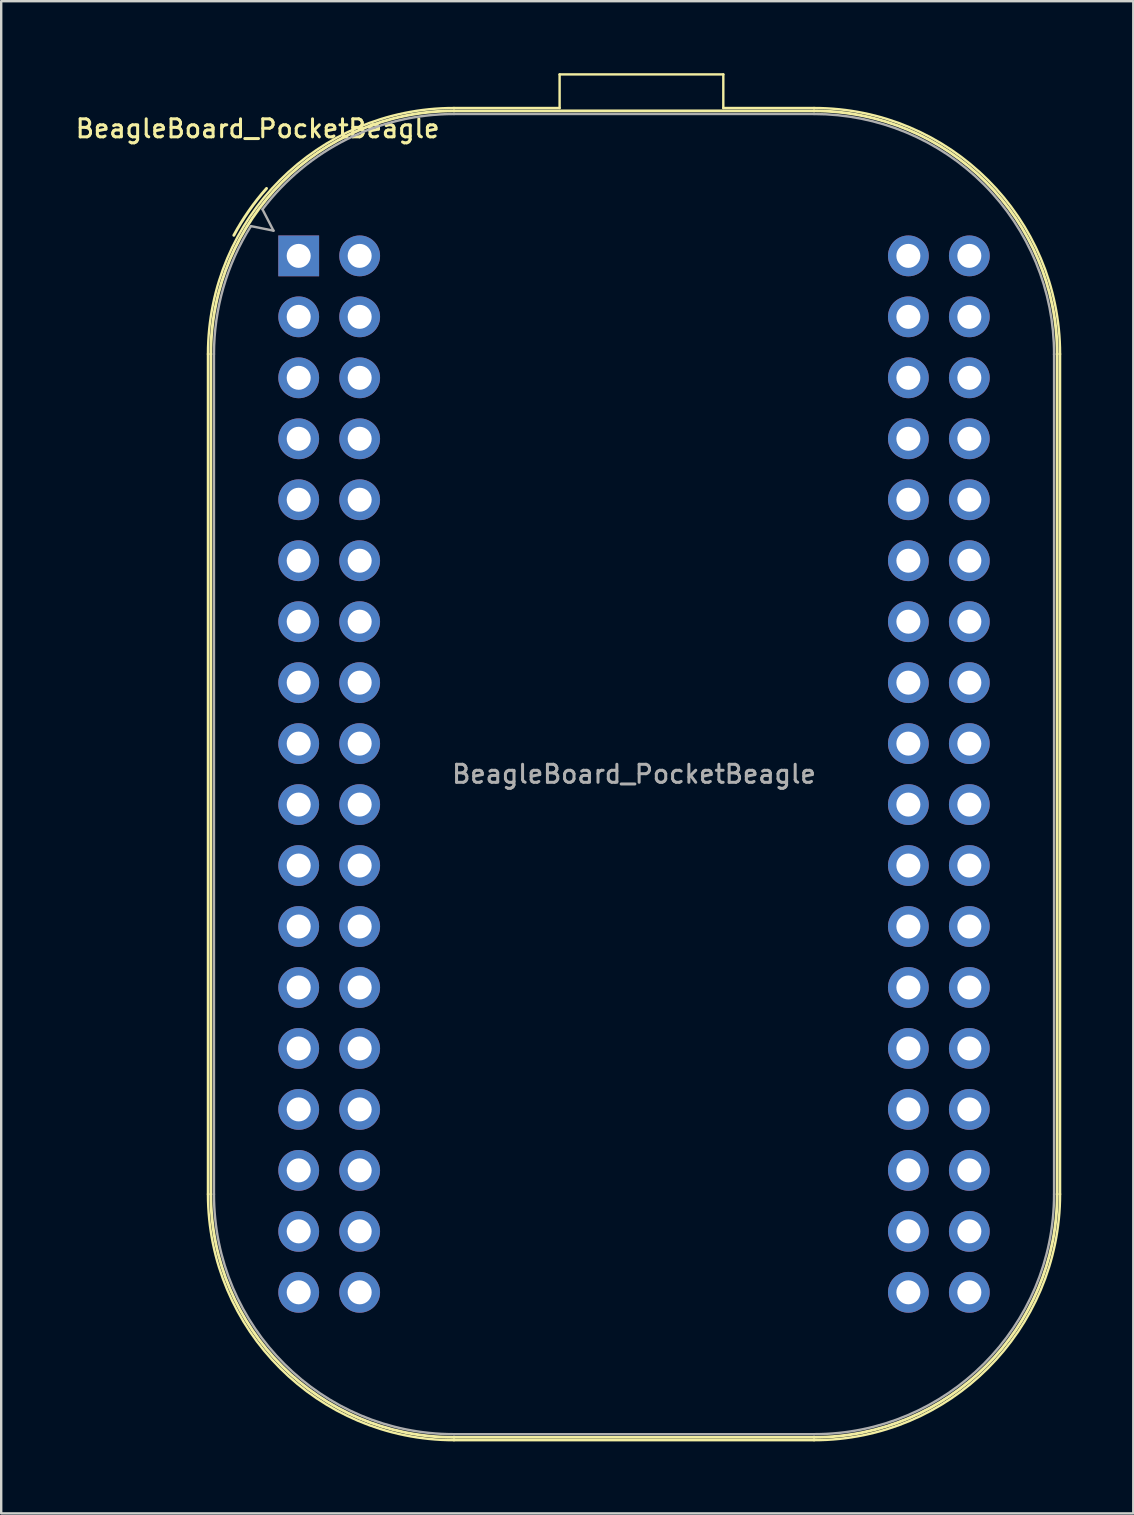
<source format=kicad_pcb>
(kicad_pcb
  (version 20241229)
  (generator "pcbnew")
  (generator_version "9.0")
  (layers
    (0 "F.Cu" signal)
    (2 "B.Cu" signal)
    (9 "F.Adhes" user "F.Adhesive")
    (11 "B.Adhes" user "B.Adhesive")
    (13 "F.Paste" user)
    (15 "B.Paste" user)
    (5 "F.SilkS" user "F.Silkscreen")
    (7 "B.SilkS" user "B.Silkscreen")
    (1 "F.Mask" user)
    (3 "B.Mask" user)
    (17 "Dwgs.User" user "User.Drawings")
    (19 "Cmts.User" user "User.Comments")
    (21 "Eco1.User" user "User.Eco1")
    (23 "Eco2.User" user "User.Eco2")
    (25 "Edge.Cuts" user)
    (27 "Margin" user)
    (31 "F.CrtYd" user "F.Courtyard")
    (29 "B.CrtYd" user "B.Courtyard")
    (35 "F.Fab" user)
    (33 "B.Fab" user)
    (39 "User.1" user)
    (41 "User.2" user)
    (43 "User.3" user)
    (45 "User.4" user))
  (footprint "BeagleBoard_PocketBeagle"
    (layer "F.Cu")
    (at 9.394 7.61)
    (property "Reference" "BeagleBoard_PocketBeagle" (at -1.71 -5.3 180) (layer "F.SilkS") (effects (font (size 0.75 0.75) (thickness 0.125))))
    (attr through_hole)
    (fp_line (start -3.78 4.09) (end -3.78 39.09) (stroke (width 0.1) (type solid)) (layer "F.SilkS"))
    (fp_line (start -3.66 39.09) (end -3.66 4.09) (stroke (width 0.12) (type solid)) (layer "F.SilkS"))
    (fp_line (start 6.47 -6.04) (end 21.47 -6.04) (stroke (width 0.12) (type solid)) (layer "F.SilkS"))
    (fp_line (start 6.47 49.22) (end 21.47 49.22) (stroke (width 0.12) (type solid)) (layer "F.SilkS"))
    (fp_line (start 6.47 49.34) (end 21.47 49.34) (stroke (width 0.1) (type solid)) (layer "F.SilkS"))
    (fp_line (start 10.87 -7.56) (end 17.69 -7.56) (stroke (width 0.1) (type solid)) (layer "F.SilkS"))
    (fp_line (start 10.87 -6.16) (end 6.47 -6.16) (stroke (width 0.1) (type solid)) (layer "F.SilkS"))
    (fp_line (start 10.87 -6.16) (end 10.87 -7.56) (stroke (width 0.1) (type solid)) (layer "F.SilkS"))
    (fp_line (start 17.69 -6.16) (end 17.69 -7.56) (stroke (width 0.1) (type solid)) (layer "F.SilkS"))
    (fp_line (start 21.47 -6.16) (end 17.69 -6.16) (stroke (width 0.1) (type solid)) (layer "F.SilkS"))
    (fp_line (start 31.6 4.09) (end 31.6 39.09) (stroke (width 0.12) (type solid)) (layer "F.SilkS"))
    (fp_line (start 31.72 4.09) (end 31.72 39.09) (stroke (width 0.1) (type solid)) (layer "F.SilkS"))
    (fp_arc (start -3.78 4.09) (mid -0.777845 -3.157845) (end 6.47 -6.16) (stroke (width 0.1) (type solid)) (layer "F.SilkS"))
    (fp_arc (start -3.66 4.09) (mid -0.692992 -3.072992) (end 6.47 -6.04) (stroke (width 0.12) (type solid)) (layer "F.SilkS"))
    (fp_arc (start -2.702916 -0.856081) (mid -2.077474 -1.872113) (end -1.34 -2.81) (stroke (width 0.12) (type solid)) (layer "F.SilkS"))
    (fp_arc (start 6.47 49.22) (mid -0.692992 46.252992) (end -3.66 39.09) (stroke (width 0.12) (type solid)) (layer "F.SilkS"))
    (fp_arc (start 6.47 49.34) (mid -0.777845 46.337845) (end -3.78 39.09) (stroke (width 0.1) (type solid)) (layer "F.SilkS"))
    (fp_arc (start 21.47 -6.16) (mid 28.717845 -3.157845) (end 31.72 4.09) (stroke (width 0.1) (type solid)) (layer "F.SilkS"))
    (fp_arc (start 21.47 -6.04) (mid 28.632992 -3.072992) (end 31.6 4.09) (stroke (width 0.12) (type solid)) (layer "F.SilkS"))
    (fp_arc (start 31.6 39.09) (mid 28.632992 46.252992) (end 21.47 49.22) (stroke (width 0.12) (type solid)) (layer "F.SilkS"))
    (fp_arc (start 31.72 39.09) (mid 28.717845 46.337845) (end 21.47 49.34) (stroke (width 0.1) (type solid)) (layer "F.SilkS"))
    (fp_line (start -3.53 4.09) (end -3.53 39.09) (stroke (width 0.1) (type solid)) (layer "F.Fab"))
    (fp_line (start -1.51 -1.94) (end -1.05 -1.05) (stroke (width 0.1) (type solid)) (layer "F.Fab"))
    (fp_line (start -1.05 -1.05) (end -1.99 -1.24) (stroke (width 0.1) (type solid)) (layer "F.Fab"))
    (fp_line (start 6.47 -5.91) (end 21.47 -5.91) (stroke (width 0.1) (type solid)) (layer "F.Fab"))
    (fp_line (start 6.47 49.09) (end 21.47 49.09) (stroke (width 0.1) (type solid)) (layer "F.Fab"))
    (fp_line (start 31.47 4.09) (end 31.47 39.09) (stroke (width 0.1) (type solid)) (layer "F.Fab"))
    (fp_arc (start -3.529025 4.09) (mid -3.136567 1.316126) (end -1.99 -1.24) (stroke (width 0.1) (type solid)) (layer "F.Fab"))
    (fp_arc (start -1.505888 -1.942016) (mid 2.015797 -4.863216) (end 6.47 -5.91) (stroke (width 0.1) (type solid)) (layer "F.Fab"))
    (fp_arc (start 6.47 49.09) (mid -0.601068 46.161068) (end -3.53 39.09) (stroke (width 0.1) (type solid)) (layer "F.Fab"))
    (fp_arc (start 21.472547 -5.91002) (mid 28.549049 -2.973106) (end 31.47 4.11) (stroke (width 0.1) (type solid)) (layer "F.Fab"))
    (fp_arc (start 31.47 39.09) (mid 28.541068 46.161068) (end 21.47 49.09) (stroke (width 0.1) (type solid)) (layer "F.Fab"))
    (fp_text user "${REFERENCE}" (at 13.97 21.59 180) (layer "F.Fab") (effects (font (size 0.75 0.75) (thickness 0.125))))
    (pad "1" thru_hole rect (at 0 0) (size 1.7 1.7) (drill 1) (layers "*.Cu" "*.Mask"))
    (pad "2" thru_hole oval (at 2.54 0) (size 1.7 1.7) (drill 1) (layers "*.Cu" "*.Mask"))
    (pad "3" thru_hole oval (at 0 2.54) (size 1.7 1.7) (drill 1) (layers "*.Cu" "*.Mask"))
    (pad "4" thru_hole oval (at 2.54 2.54) (size 1.7 1.7) (drill 1) (layers "*.Cu" "*.Mask"))
    (pad "5" thru_hole oval (at 0 5.08) (size 1.7 1.7) (drill 1) (layers "*.Cu" "*.Mask"))
    (pad "6" thru_hole oval (at 2.54 5.08) (size 1.7 1.7) (drill 1) (layers "*.Cu" "*.Mask"))
    (pad "7" thru_hole oval (at 0 7.62) (size 1.7 1.7) (drill 1) (layers "*.Cu" "*.Mask"))
    (pad "8" thru_hole oval (at 2.54 7.62) (size 1.7 1.7) (drill 1) (layers "*.Cu" "*.Mask"))
    (pad "9" thru_hole oval (at 0 10.16) (size 1.7 1.7) (drill 1) (layers "*.Cu" "*.Mask"))
    (pad "10" thru_hole oval (at 2.54 10.16) (size 1.7 1.7) (drill 1) (layers "*.Cu" "*.Mask"))
    (pad "11" thru_hole oval (at 0 12.7) (size 1.7 1.7) (drill 1) (layers "*.Cu" "*.Mask"))
    (pad "12" thru_hole oval (at 2.54 12.7) (size 1.7 1.7) (drill 1) (layers "*.Cu" "*.Mask"))
    (pad "13" thru_hole oval (at 0 15.24) (size 1.7 1.7) (drill 1) (layers "*.Cu" "*.Mask"))
    (pad "14" thru_hole oval (at 2.54 15.24) (size 1.7 1.7) (drill 1) (layers "*.Cu" "*.Mask"))
    (pad "15" thru_hole oval (at 0 17.78) (size 1.7 1.7) (drill 1) (layers "*.Cu" "*.Mask"))
    (pad "16" thru_hole oval (at 2.54 17.78) (size 1.7 1.7) (drill 1) (layers "*.Cu" "*.Mask"))
    (pad "17" thru_hole oval (at 0 20.32) (size 1.7 1.7) (drill 1) (layers "*.Cu" "*.Mask"))
    (pad "18" thru_hole oval (at 2.54 20.32) (size 1.7 1.7) (drill 1) (layers "*.Cu" "*.Mask"))
    (pad "19" thru_hole oval (at 0 22.86) (size 1.7 1.7) (drill 1) (layers "*.Cu" "*.Mask"))
    (pad "20" thru_hole oval (at 2.54 22.86) (size 1.7 1.7) (drill 1) (layers "*.Cu" "*.Mask"))
    (pad "21" thru_hole oval (at 0 25.4) (size 1.7 1.7) (drill 1) (layers "*.Cu" "*.Mask"))
    (pad "22" thru_hole oval (at 2.54 25.4) (size 1.7 1.7) (drill 1) (layers "*.Cu" "*.Mask"))
    (pad "23" thru_hole oval (at 0 27.94) (size 1.7 1.7) (drill 1) (layers "*.Cu" "*.Mask"))
    (pad "24" thru_hole oval (at 2.54 27.94) (size 1.7 1.7) (drill 1) (layers "*.Cu" "*.Mask"))
    (pad "25" thru_hole oval (at 0 30.48) (size 1.7 1.7) (drill 1) (layers "*.Cu" "*.Mask"))
    (pad "26" thru_hole oval (at 2.54 30.48) (size 1.7 1.7) (drill 1) (layers "*.Cu" "*.Mask"))
    (pad "27" thru_hole oval (at 0 33.02) (size 1.7 1.7) (drill 1) (layers "*.Cu" "*.Mask"))
    (pad "28" thru_hole oval (at 2.54 33.02) (size 1.7 1.7) (drill 1) (layers "*.Cu" "*.Mask"))
    (pad "29" thru_hole oval (at 0 35.56) (size 1.7 1.7) (drill 1) (layers "*.Cu" "*.Mask"))
    (pad "30" thru_hole oval (at 2.54 35.56) (size 1.7 1.7) (drill 1) (layers "*.Cu" "*.Mask"))
    (pad "31" thru_hole oval (at 0 38.1) (size 1.7 1.7) (drill 1) (layers "*.Cu" "*.Mask"))
    (pad "32" thru_hole oval (at 2.54 38.1) (size 1.7 1.7) (drill 1) (layers "*.Cu" "*.Mask"))
    (pad "33" thru_hole oval (at 0 40.64) (size 1.7 1.7) (drill 1) (layers "*.Cu" "*.Mask"))
    (pad "34" thru_hole oval (at 2.54 40.64) (size 1.7 1.7) (drill 1) (layers "*.Cu" "*.Mask"))
    (pad "35" thru_hole oval (at 0 43.18) (size 1.7 1.7) (drill 1) (layers "*.Cu" "*.Mask"))
    (pad "36" thru_hole oval (at 2.54 43.18) (size 1.7 1.7) (drill 1) (layers "*.Cu" "*.Mask"))
    (pad "37" thru_hole circle (at 25.4 0) (size 1.7 1.7) (drill 1) (layers "*.Cu" "*.Mask"))
    (pad "38" thru_hole oval (at 27.94 0) (size 1.7 1.7) (drill 1) (layers "*.Cu" "*.Mask"))
    (pad "39" thru_hole oval (at 25.4 2.54) (size 1.7 1.7) (drill 1) (layers "*.Cu" "*.Mask"))
    (pad "40" thru_hole oval (at 27.94 2.54) (size 1.7 1.7) (drill 1) (layers "*.Cu" "*.Mask"))
    (pad "41" thru_hole oval (at 25.4 5.08) (size 1.7 1.7) (drill 1) (layers "*.Cu" "*.Mask"))
    (pad "42" thru_hole oval (at 27.94 5.08) (size 1.7 1.7) (drill 1) (layers "*.Cu" "*.Mask"))
    (pad "43" thru_hole oval (at 25.4 7.62) (size 1.7 1.7) (drill 1) (layers "*.Cu" "*.Mask"))
    (pad "44" thru_hole oval (at 27.94 7.62) (size 1.7 1.7) (drill 1) (layers "*.Cu" "*.Mask"))
    (pad "45" thru_hole oval (at 25.4 10.16) (size 1.7 1.7) (drill 1) (layers "*.Cu" "*.Mask"))
    (pad "46" thru_hole oval (at 27.94 10.16) (size 1.7 1.7) (drill 1) (layers "*.Cu" "*.Mask"))
    (pad "47" thru_hole oval (at 25.4 12.7) (size 1.7 1.7) (drill 1) (layers "*.Cu" "*.Mask"))
    (pad "48" thru_hole oval (at 27.94 12.7) (size 1.7 1.7) (drill 1) (layers "*.Cu" "*.Mask"))
    (pad "49" thru_hole oval (at 25.4 15.24) (size 1.7 1.7) (drill 1) (layers "*.Cu" "*.Mask"))
    (pad "50" thru_hole oval (at 27.94 15.24) (size 1.7 1.7) (drill 1) (layers "*.Cu" "*.Mask"))
    (pad "51" thru_hole oval (at 25.4 17.78) (size 1.7 1.7) (drill 1) (layers "*.Cu" "*.Mask"))
    (pad "52" thru_hole oval (at 27.94 17.78) (size 1.7 1.7) (drill 1) (layers "*.Cu" "*.Mask"))
    (pad "53" thru_hole oval (at 25.4 20.32) (size 1.7 1.7) (drill 1) (layers "*.Cu" "*.Mask"))
    (pad "54" thru_hole oval (at 27.94 20.32) (size 1.7 1.7) (drill 1) (layers "*.Cu" "*.Mask"))
    (pad "55" thru_hole oval (at 25.4 22.86) (size 1.7 1.7) (drill 1) (layers "*.Cu" "*.Mask"))
    (pad "56" thru_hole oval (at 27.94 22.86) (size 1.7 1.7) (drill 1) (layers "*.Cu" "*.Mask"))
    (pad "57" thru_hole oval (at 25.4 25.4) (size 1.7 1.7) (drill 1) (layers "*.Cu" "*.Mask"))
    (pad "58" thru_hole oval (at 27.94 25.4) (size 1.7 1.7) (drill 1) (layers "*.Cu" "*.Mask"))
    (pad "59" thru_hole oval (at 25.4 27.94) (size 1.7 1.7) (drill 1) (layers "*.Cu" "*.Mask"))
    (pad "60" thru_hole oval (at 27.94 27.94) (size 1.7 1.7) (drill 1) (layers "*.Cu" "*.Mask"))
    (pad "61" thru_hole oval (at 25.4 30.48) (size 1.7 1.7) (drill 1) (layers "*.Cu" "*.Mask"))
    (pad "62" thru_hole oval (at 27.94 30.48) (size 1.7 1.7) (drill 1) (layers "*.Cu" "*.Mask"))
    (pad "63" thru_hole oval (at 25.4 33.02) (size 1.7 1.7) (drill 1) (layers "*.Cu" "*.Mask"))
    (pad "64" thru_hole oval (at 27.94 33.02) (size 1.7 1.7) (drill 1) (layers "*.Cu" "*.Mask"))
    (pad "65" thru_hole oval (at 25.4 35.56) (size 1.7 1.7) (drill 1) (layers "*.Cu" "*.Mask"))
    (pad "66" thru_hole oval (at 27.94 35.56) (size 1.7 1.7) (drill 1) (layers "*.Cu" "*.Mask"))
    (pad "67" thru_hole oval (at 25.4 38.1) (size 1.7 1.7) (drill 1) (layers "*.Cu" "*.Mask"))
    (pad "68" thru_hole oval (at 27.94 38.1) (size 1.7 1.7) (drill 1) (layers "*.Cu" "*.Mask"))
    (pad "69" thru_hole oval (at 25.4 40.64) (size 1.7 1.7) (drill 1) (layers "*.Cu" "*.Mask"))
    (pad "70" thru_hole oval (at 27.94 40.64) (size 1.7 1.7) (drill 1) (layers "*.Cu" "*.Mask"))
    (pad "71" thru_hole oval (at 25.4 43.18) (size 1.7 1.7) (drill 1) (layers "*.Cu" "*.Mask"))
    (pad "72" thru_hole oval (at 27.94 43.18) (size 1.7 1.7) (drill 1) (layers "*.Cu" "*.Mask")))
  (gr_rect
    (start -3 -3)
    (end 44.164 60)
    (stroke (width 0.1) (type default))
    (fill no)
    (layer "Edge.Cuts")))
</source>
